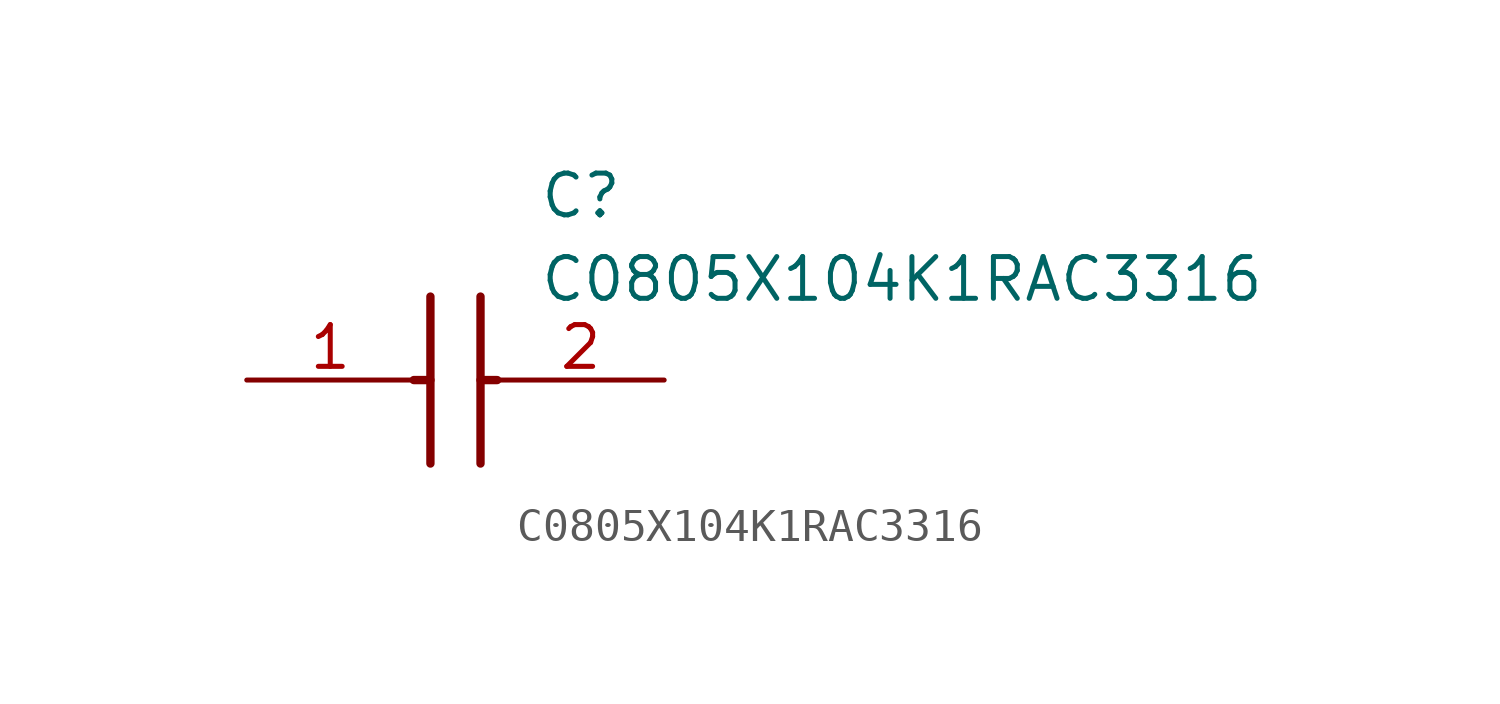
<source format=kicad_sym>
(kicad_symbol_lib
  (version 20211014)
  (generator SamacSys_ECAD_Model)
  (symbol "C0805X104K1RAC3316"
    (pin_names hide)
    (property "Reference" "C"
      (at 8.89 6.35 0)
      (effects (font (size 1.27 1.27)) (justify left top)))
    (property "Value" "C0805X104K1RAC3316"
      (at 8.89 3.81 0)
      (effects (font (size 1.27 1.27)) (justify left top)))
    (polyline
      (pts (xy 5.588 2.54) (xy 5.588 -2.54))
      (stroke (width 0.254) (type default))
      (fill (type none)))
    (polyline
      (pts (xy 7.112 2.54) (xy 7.112 -2.54))
      (stroke (width 0.254) (type default))
      (fill (type none)))
    (polyline
      (pts (xy 5.08 0) (xy 5.588 0))
      (stroke (width 0.254) (type default))
      (fill (type none)))
    (polyline
      (pts (xy 7.112 0) (xy 7.62 0))
      (stroke (width 0.254) (type default))
      (fill (type none)))
    (pin passive line
      (at 0 0 0)
      (length 5.08)
      (name "1" (effects (font (size 1.27 1.27))))
      (number "1" (effects (font (size 1.27 1.27)))))
    (pin passive line
      (at 12.7 0 180)
      (length 5.08)
      (name "2" (effects (font (size 1.27 1.27))))
      (number "2" (effects (font (size 1.27 1.27)))))))
</source>
